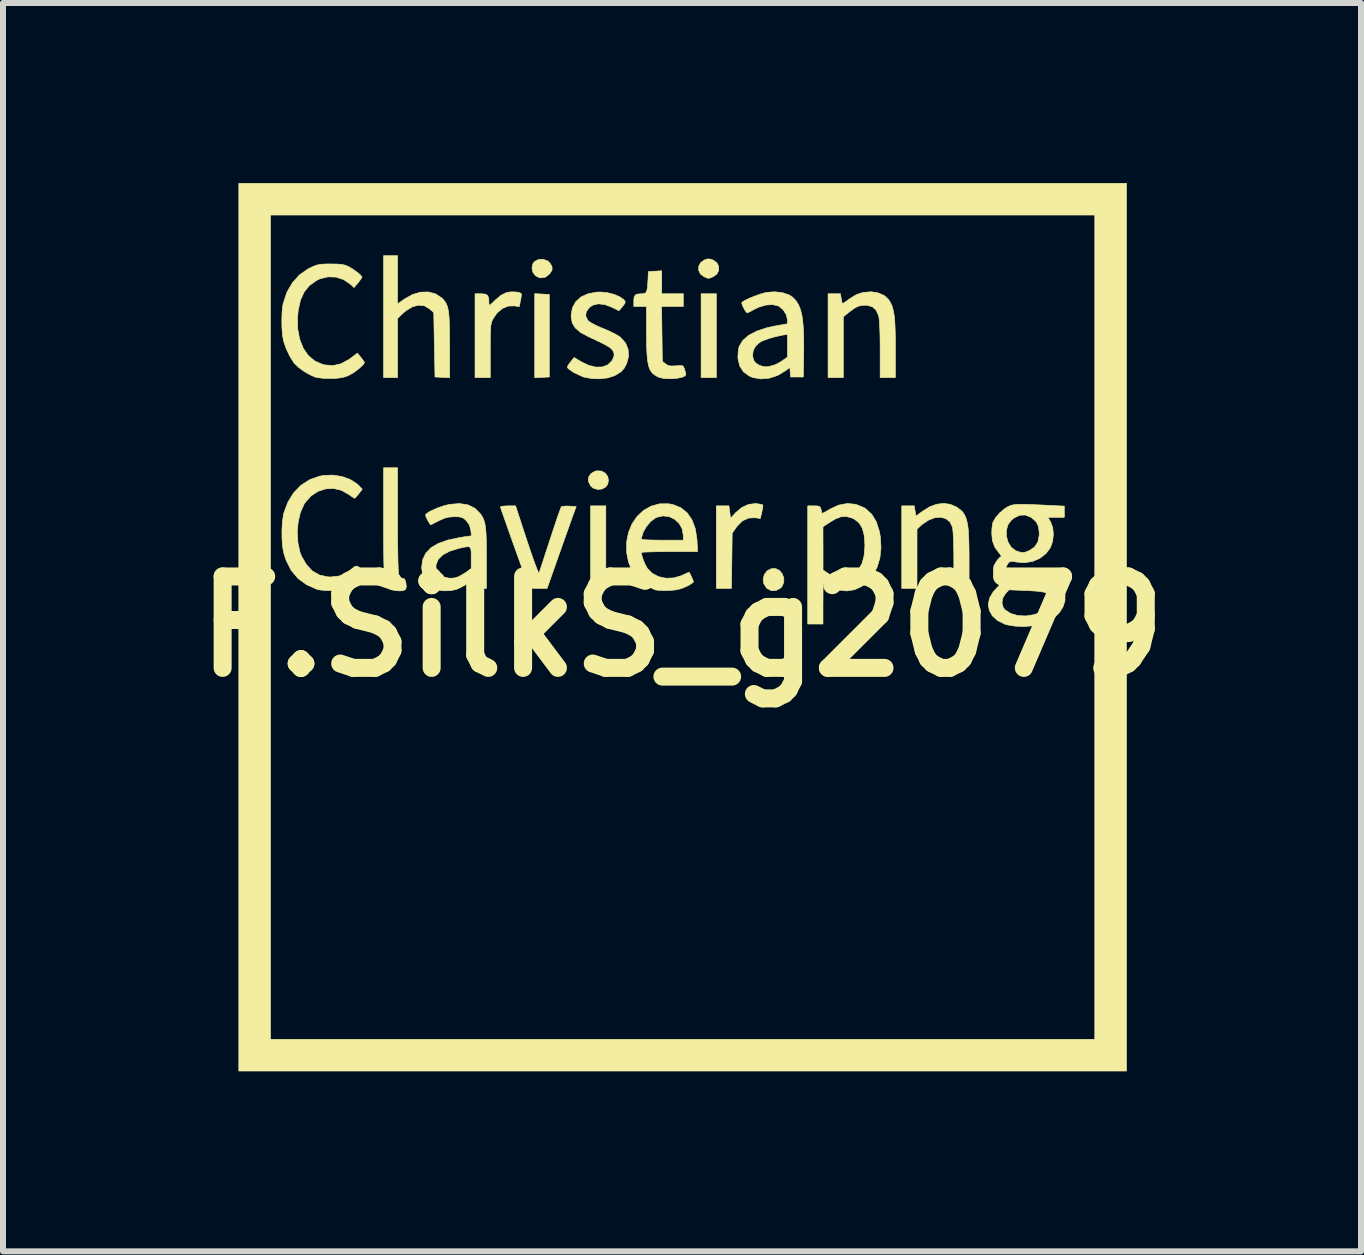
<source format=kicad_pcb>
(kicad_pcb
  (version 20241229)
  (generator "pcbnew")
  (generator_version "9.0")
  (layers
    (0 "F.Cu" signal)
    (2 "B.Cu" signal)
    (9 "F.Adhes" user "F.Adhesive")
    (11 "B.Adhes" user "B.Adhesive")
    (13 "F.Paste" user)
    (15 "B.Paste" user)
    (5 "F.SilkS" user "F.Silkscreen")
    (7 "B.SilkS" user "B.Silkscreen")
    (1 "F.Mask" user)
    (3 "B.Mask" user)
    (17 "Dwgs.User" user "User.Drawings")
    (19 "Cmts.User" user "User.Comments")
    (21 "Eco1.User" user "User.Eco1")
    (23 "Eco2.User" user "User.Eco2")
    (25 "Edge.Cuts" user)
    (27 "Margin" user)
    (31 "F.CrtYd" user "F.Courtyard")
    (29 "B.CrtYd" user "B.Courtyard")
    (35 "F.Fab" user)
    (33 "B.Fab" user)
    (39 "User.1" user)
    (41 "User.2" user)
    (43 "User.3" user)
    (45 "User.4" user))
  (footprint "F.SilkS_g2079"
    (layer "F.Cu")
    (at 8.317 7.392)
    (property "Reference" "F.SilkS_g2079" (at 0 0 0) (layer "F.SilkS") (effects (font (size 1.524 1.524) (thickness 0.3))))
    (attr through_hole)
    (fp_poly (pts (xy -1.27 -0.635) (xy -1.524 -0.635) (xy -1.524 -2.011) (xy -1.27 -2.011) (xy -1.27 -0.635)) (stroke (width 0.01) (type solid)) (fill yes) (layer "F.SilkS"))
    (fp_poly (pts (xy 0.572 -4.149) (xy 0.318 -4.149) (xy 0.318 -5.546) (xy 0.572 -5.546) (xy 0.572 -4.149)) (stroke (width 0.01) (type solid)) (fill yes) (layer "F.SilkS"))
    (fp_poly (pts (xy -2.334 -5.541) (xy -2.212 -5.535) (xy -2.212 -4.159) (xy -2.334 -4.153) (xy -2.455 -4.147) (xy -2.455 -5.548) (xy -2.334 -5.541)) (stroke (width 0.01) (type solid)) (fill yes) (layer "F.SilkS"))
    (fp_poly (pts (xy 7.408 7.408) (xy -7.387 7.408) (xy -7.387 -6.858) (xy -6.858 -6.858) (xy -6.858 6.879) (xy 6.879 6.879) (xy 6.879 -6.858) (xy -6.858 -6.858) (xy -7.387 -6.858) (xy -7.387 -7.387) (xy 7.408 -7.387) (xy 7.408 7.408)) (stroke (width 0.01) (type solid)) (fill yes) (layer "F.SilkS"))
    (fp_poly (pts (xy -1.341 -2.591) (xy -1.28 -2.556) (xy -1.239 -2.501) (xy -1.225 -2.434) (xy -1.241 -2.367) (xy -1.27 -2.328) (xy -1.333 -2.292) (xy -1.409 -2.285) (xy -1.481 -2.307) (xy -1.522 -2.342) (xy -1.559 -2.416) (xy -1.558 -2.487) (xy -1.521 -2.547) (xy -1.453 -2.587) (xy -1.418 -2.595) (xy -1.341 -2.591)) (stroke (width 0.01) (type solid)) (fill yes) (layer "F.SilkS"))
    (fp_poly (pts (xy -2.242 -6.095) (xy -2.207 -6.065) (xy -2.167 -6) (xy -2.166 -5.94) (xy -2.206 -5.877) (xy -2.207 -5.877) (xy -2.277 -5.823) (xy -2.356 -5.811) (xy -2.381 -5.815) (xy -2.445 -5.849) (xy -2.486 -5.906) (xy -2.501 -5.976) (xy -2.487 -6.043) (xy -2.457 -6.084) (xy -2.391 -6.117) (xy -2.314 -6.12) (xy -2.242 -6.095)) (stroke (width 0.01) (type solid)) (fill yes) (layer "F.SilkS"))
    (fp_poly (pts (xy 1.625 -0.933) (xy 1.67 -0.878) (xy 1.696 -0.809) (xy 1.696 -0.736) (xy 1.667 -0.669) (xy 1.641 -0.64) (xy 1.566 -0.6) (xy 1.488 -0.598) (xy 1.416 -0.635) (xy 1.407 -0.645) (xy 1.363 -0.714) (xy 1.352 -0.793) (xy 1.372 -0.868) (xy 1.42 -0.929) (xy 1.489 -0.964) (xy 1.563 -0.965) (xy 1.625 -0.933)) (stroke (width 0.01) (type solid)) (fill yes) (layer "F.SilkS"))
    (fp_poly (pts (xy 0.474 -6.124) (xy 0.518 -6.108) (xy 0.58 -6.063) (xy 0.611 -6.002) (xy 0.611 -5.934) (xy 0.579 -5.873) (xy 0.519 -5.83) (xy 0.47 -5.81) (xy 0.441 -5.803) (xy 0.411 -5.811) (xy 0.366 -5.831) (xy 0.306 -5.876) (xy 0.277 -5.938) (xy 0.279 -6.005) (xy 0.312 -6.067) (xy 0.371 -6.108) (xy 0.428 -6.127) (xy 0.474 -6.124)) (stroke (width 0.01) (type solid)) (fill yes) (layer "F.SilkS"))
    (fp_poly (pts (xy 1.25 -2.047) (xy 1.307 -2.038) (xy 1.342 -2.029) (xy 1.346 -2.026) (xy 1.347 -2.002) (xy 1.339 -1.951) (xy 1.33 -1.909) (xy 1.305 -1.801) (xy 1.217 -1.813) (xy 1.108 -1.808) (xy 1.008 -1.762) (xy 0.921 -1.676) (xy 0.904 -1.653) (xy 0.836 -1.556) (xy 0.83 -1.095) (xy 0.823 -0.635) (xy 0.572 -0.635) (xy 0.572 -2.011) (xy 0.782 -2.011) (xy 0.795 -1.908) (xy 0.809 -1.805) (xy 0.893 -1.896) (xy 0.995 -1.983) (xy 1.108 -2.035) (xy 1.223 -2.05) (xy 1.25 -2.047)) (stroke (width 0.01) (type solid)) (fill yes) (layer "F.SilkS"))
    (fp_poly (pts (xy -4.741 -1.779) (xy -4.741 -1.569) (xy -4.739 -1.378) (xy -4.737 -1.212) (xy -4.734 -1.073) (xy -4.73 -0.965) (xy -4.726 -0.892) (xy -4.721 -0.859) (xy -4.689 -0.815) (xy -4.658 -0.804) (xy -4.626 -0.792) (xy -4.606 -0.748) (xy -4.602 -0.73) (xy -4.595 -0.657) (xy -4.61 -0.615) (xy -4.654 -0.597) (xy -4.714 -0.594) (xy -4.788 -0.6) (xy -4.854 -0.617) (xy -4.871 -0.625) (xy -4.918 -0.667) (xy -4.951 -0.722) (xy -4.957 -0.763) (xy -4.963 -0.845) (xy -4.967 -0.967) (xy -4.971 -1.13) (xy -4.973 -1.335) (xy -4.974 -1.582) (xy -4.974 -1.718) (xy -4.974 -2.646) (xy -4.741 -2.646) (xy -4.741 -1.779)) (stroke (width 0.01) (type solid)) (fill yes) (layer "F.SilkS"))
    (fp_poly (pts (xy -4.741 -5.378) (xy -4.623 -5.46) (xy -4.491 -5.534) (xy -4.357 -5.573) (xy -4.227 -5.576) (xy -4.109 -5.545) (xy -4.007 -5.478) (xy -3.985 -5.457) (xy -3.953 -5.419) (xy -3.928 -5.377) (xy -3.908 -5.325) (xy -3.894 -5.26) (xy -3.884 -5.174) (xy -3.878 -5.064) (xy -3.875 -4.924) (xy -3.874 -4.748) (xy -3.873 -4.685) (xy -3.873 -4.147) (xy -3.995 -4.153) (xy -4.117 -4.159) (xy -4.128 -4.695) (xy -4.138 -5.232) (xy -4.207 -5.293) (xy -4.293 -5.345) (xy -4.39 -5.356) (xy -4.494 -5.329) (xy -4.602 -5.263) (xy -4.662 -5.211) (xy -4.741 -5.135) (xy -4.741 -4.149) (xy -4.974 -4.149) (xy -4.974 -6.181) (xy -4.741 -6.181) (xy -4.741 -5.378)) (stroke (width 0.01) (type solid)) (fill yes) (layer "F.SilkS"))
    (fp_poly (pts (xy -2.721 -5.569) (xy -2.683 -5.552) (xy -2.679 -5.548) (xy -2.678 -5.521) (xy -2.685 -5.467) (xy -2.692 -5.432) (xy -2.713 -5.331) (xy -2.792 -5.344) (xy -2.896 -5.341) (xy -2.996 -5.3) (xy -3.085 -5.223) (xy -3.156 -5.118) (xy -3.169 -5.087) (xy -3.18 -5.052) (xy -3.187 -5.006) (xy -3.192 -4.942) (xy -3.195 -4.855) (xy -3.196 -4.737) (xy -3.196 -4.594) (xy -3.196 -4.149) (xy -3.45 -4.149) (xy -3.45 -5.546) (xy -3.347 -5.546) (xy -3.28 -5.54) (xy -3.241 -5.519) (xy -3.222 -5.473) (xy -3.218 -5.394) (xy -3.218 -5.393) (xy -3.216 -5.365) (xy -3.207 -5.356) (xy -3.185 -5.371) (xy -3.142 -5.411) (xy -3.114 -5.439) (xy -3.017 -5.521) (xy -2.928 -5.565) (xy -2.923 -5.566) (xy -2.856 -5.577) (xy -2.784 -5.577) (xy -2.721 -5.569)) (stroke (width 0.01) (type solid)) (fill yes) (layer "F.SilkS"))
    (fp_poly (pts (xy 4.469 -2.037) (xy 4.573 -1.993) (xy 4.659 -1.929) (xy 4.692 -1.888) (xy 4.72 -1.839) (xy 4.741 -1.782) (xy 4.758 -1.71) (xy 4.77 -1.619) (xy 4.777 -1.504) (xy 4.782 -1.358) (xy 4.784 -1.177) (xy 4.784 -1.121) (xy 4.784 -0.635) (xy 4.53 -0.635) (xy 4.53 -1.106) (xy 4.529 -1.248) (xy 4.526 -1.38) (xy 4.522 -1.495) (xy 4.516 -1.585) (xy 4.51 -1.643) (xy 4.508 -1.655) (xy 4.466 -1.741) (xy 4.4 -1.796) (xy 4.316 -1.821) (xy 4.219 -1.815) (xy 4.115 -1.777) (xy 4.01 -1.708) (xy 3.974 -1.677) (xy 3.916 -1.622) (xy 3.916 -0.635) (xy 3.662 -0.635) (xy 3.662 -2.011) (xy 3.87 -2.011) (xy 3.884 -1.926) (xy 3.899 -1.841) (xy 4.004 -1.918) (xy 4.127 -1.995) (xy 4.242 -2.038) (xy 4.361 -2.052) (xy 4.469 -2.037)) (stroke (width 0.01) (type solid)) (fill yes) (layer "F.SilkS"))
    (fp_poly (pts (xy 3.272 -5.56) (xy 3.372 -5.515) (xy 3.438 -5.455) (xy 3.473 -5.402) (xy 3.5 -5.342) (xy 3.521 -5.269) (xy 3.537 -5.178) (xy 3.547 -5.064) (xy 3.553 -4.921) (xy 3.556 -4.744) (xy 3.556 -4.642) (xy 3.556 -4.149) (xy 3.302 -4.149) (xy 3.302 -4.62) (xy 3.301 -4.772) (xy 3.298 -4.91) (xy 3.293 -5.026) (xy 3.287 -5.114) (xy 3.28 -5.168) (xy 3.279 -5.173) (xy 3.237 -5.268) (xy 3.175 -5.328) (xy 3.088 -5.354) (xy 3.058 -5.355) (xy 2.987 -5.351) (xy 2.927 -5.335) (xy 2.865 -5.3) (xy 2.788 -5.243) (xy 2.778 -5.235) (xy 2.688 -5.162) (xy 2.688 -4.149) (xy 2.434 -4.149) (xy 2.434 -5.546) (xy 2.64 -5.546) (xy 2.654 -5.459) (xy 2.664 -5.405) (xy 2.676 -5.386) (xy 2.699 -5.394) (xy 2.715 -5.406) (xy 2.807 -5.471) (xy 2.877 -5.515) (xy 2.936 -5.543) (xy 2.995 -5.561) (xy 3.03 -5.569) (xy 3.155 -5.579) (xy 3.272 -5.56)) (stroke (width 0.01) (type solid)) (fill yes) (layer "F.SilkS"))
    (fp_poly (pts (xy -0.339 -5.546) (xy 0.021 -5.546) (xy 0.021 -5.334) (xy -0.341 -5.334) (xy -0.328 -4.42) (xy -0.275 -4.377) (xy -0.235 -4.352) (xy -0.188 -4.342) (xy -0.118 -4.344) (xy -0.102 -4.345) (xy -0.034 -4.35) (xy 0.005 -4.347) (xy 0.025 -4.33) (xy 0.04 -4.295) (xy 0.041 -4.292) (xy 0.057 -4.238) (xy 0.064 -4.199) (xy 0.044 -4.173) (xy -0.007 -4.152) (xy -0.081 -4.138) (xy -0.167 -4.13) (xy -0.255 -4.131) (xy -0.335 -4.14) (xy -0.392 -4.157) (xy -0.449 -4.187) (xy -0.495 -4.224) (xy -0.53 -4.273) (xy -0.555 -4.338) (xy -0.573 -4.425) (xy -0.584 -4.539) (xy -0.59 -4.685) (xy -0.592 -4.868) (xy -0.592 -4.884) (xy -0.593 -5.334) (xy -0.804 -5.334) (xy -0.804 -5.427) (xy -0.799 -5.491) (xy -0.777 -5.527) (xy -0.729 -5.543) (xy -0.666 -5.546) (xy -0.628 -5.549) (xy -0.603 -5.565) (xy -0.586 -5.599) (xy -0.575 -5.658) (xy -0.569 -5.751) (xy -0.566 -5.8) (xy -0.561 -5.916) (xy -0.45 -5.922) (xy -0.339 -5.929) (xy -0.339 -5.546)) (stroke (width 0.01) (type solid)) (fill yes) (layer "F.SilkS"))
    (fp_poly (pts (xy -2.585 -1.434) (xy -2.536 -1.288) (xy -2.492 -1.158) (xy -2.452 -1.048) (xy -2.42 -0.964) (xy -2.397 -0.909) (xy -2.385 -0.888) (xy -2.384 -0.889) (xy -2.374 -0.917) (xy -2.353 -0.98) (xy -2.323 -1.071) (xy -2.286 -1.186) (xy -2.243 -1.318) (xy -2.2 -1.45) (xy -2.153 -1.592) (xy -2.11 -1.722) (xy -2.073 -1.832) (xy -2.042 -1.918) (xy -2.021 -1.975) (xy -2.012 -1.996) (xy -1.983 -2.004) (xy -1.927 -2.008) (xy -1.88 -2.007) (xy -1.764 -2) (xy -1.852 -1.757) (xy -1.886 -1.66) (xy -1.931 -1.534) (xy -1.983 -1.39) (xy -2.036 -1.238) (xy -2.089 -1.089) (xy -2.094 -1.074) (xy -2.249 -0.635) (xy -2.395 -0.635) (xy -2.472 -0.636) (xy -2.518 -0.642) (xy -2.543 -0.655) (xy -2.559 -0.681) (xy -2.563 -0.693) (xy -2.586 -0.755) (xy -2.619 -0.844) (xy -2.659 -0.955) (xy -2.705 -1.081) (xy -2.754 -1.218) (xy -2.805 -1.36) (xy -2.855 -1.5) (xy -2.902 -1.633) (xy -2.944 -1.753) (xy -2.98 -1.855) (xy -3.007 -1.933) (xy -3.023 -1.981) (xy -3.027 -1.993) (xy -3.008 -2.003) (xy -2.958 -2.009) (xy -2.901 -2.011) (xy -2.774 -2.011) (xy -2.585 -1.434)) (stroke (width 0.01) (type solid)) (fill yes) (layer "F.SilkS"))
    (fp_poly (pts (xy -5.666 -2.5) (xy -5.527 -2.449) (xy -5.413 -2.374) (xy -5.385 -2.348) (xy -5.329 -2.289) (xy -5.387 -2.214) (xy -5.425 -2.168) (xy -5.452 -2.141) (xy -5.458 -2.138) (xy -5.481 -2.151) (xy -5.526 -2.181) (xy -5.555 -2.202) (xy -5.678 -2.271) (xy -5.808 -2.301) (xy -5.941 -2.294) (xy -6.067 -2.253) (xy -6.182 -2.177) (xy -6.279 -2.069) (xy -6.3 -2.037) (xy -6.361 -1.9) (xy -6.398 -1.74) (xy -6.413 -1.568) (xy -6.402 -1.398) (xy -6.368 -1.241) (xy -6.341 -1.171) (xy -6.258 -1.029) (xy -6.159 -0.924) (xy -6.041 -0.858) (xy -5.904 -0.828) (xy -5.857 -0.826) (xy -5.715 -0.842) (xy -5.594 -0.892) (xy -5.508 -0.958) (xy -5.457 -0.999) (xy -5.416 -1.008) (xy -5.374 -0.982) (xy -5.326 -0.924) (xy -5.283 -0.868) (xy -5.356 -0.793) (xy -5.479 -0.695) (xy -5.624 -0.631) (xy -5.793 -0.601) (xy -5.829 -0.599) (xy -5.941 -0.6) (xy -6.036 -0.61) (xy -6.085 -0.621) (xy -6.259 -0.698) (xy -6.401 -0.802) (xy -6.514 -0.937) (xy -6.598 -1.103) (xy -6.637 -1.222) (xy -6.657 -1.331) (xy -6.667 -1.466) (xy -6.668 -1.611) (xy -6.66 -1.75) (xy -6.642 -1.867) (xy -6.637 -1.89) (xy -6.569 -2.072) (xy -6.473 -2.228) (xy -6.351 -2.354) (xy -6.206 -2.448) (xy -6.041 -2.506) (xy -5.977 -2.518) (xy -5.819 -2.524) (xy -5.666 -2.5)) (stroke (width 0.01) (type solid)) (fill yes) (layer "F.SilkS"))
    (fp_poly (pts (xy 2.898 -2.036) (xy 3.033 -1.981) (xy 3.063 -1.962) (xy 3.162 -1.871) (xy 3.237 -1.747) (xy 3.288 -1.588) (xy 3.305 -1.496) (xy 3.316 -1.314) (xy 3.298 -1.145) (xy 3.253 -0.993) (xy 3.186 -0.861) (xy 3.098 -0.751) (xy 2.993 -0.668) (xy 2.875 -0.614) (xy 2.747 -0.593) (xy 2.611 -0.608) (xy 2.485 -0.656) (xy 2.421 -0.688) (xy 2.374 -0.711) (xy 2.355 -0.719) (xy 2.353 -0.7) (xy 2.351 -0.644) (xy 2.35 -0.561) (xy 2.35 -0.457) (xy 2.349 -0.381) (xy 2.349 -0.042) (xy 2.095 -0.042) (xy 2.095 -1.663) (xy 2.349 -1.663) (xy 2.35 -1.303) (xy 2.35 -0.942) (xy 2.422 -0.893) (xy 2.485 -0.856) (xy 2.546 -0.828) (xy 2.554 -0.825) (xy 2.64 -0.812) (xy 2.734 -0.818) (xy 2.819 -0.842) (xy 2.855 -0.862) (xy 2.941 -0.947) (xy 3.001 -1.054) (xy 3.036 -1.188) (xy 3.048 -1.353) (xy 3.048 -1.357) (xy 3.038 -1.512) (xy 3.007 -1.634) (xy 2.953 -1.725) (xy 2.875 -1.788) (xy 2.826 -1.811) (xy 2.737 -1.834) (xy 2.653 -1.83) (xy 2.561 -1.796) (xy 2.468 -1.741) (xy 2.349 -1.663) (xy 2.095 -1.663) (xy 2.095 -2.011) (xy 2.2 -2.011) (xy 2.262 -2.009) (xy 2.295 -1.999) (xy 2.311 -1.973) (xy 2.318 -1.947) (xy 2.329 -1.903) (xy 2.338 -1.884) (xy 2.338 -1.884) (xy 2.358 -1.894) (xy 2.404 -1.92) (xy 2.466 -1.957) (xy 2.612 -2.024) (xy 2.757 -2.051) (xy 2.898 -2.036)) (stroke (width 0.01) (type solid)) (fill yes) (layer "F.SilkS"))
    (fp_poly (pts (xy -1.244 -5.564) (xy -1.134 -5.536) (xy -1.038 -5.495) (xy -0.969 -5.446) (xy -0.965 -5.442) (xy -0.947 -5.416) (xy -0.951 -5.39) (xy -0.979 -5.35) (xy -0.992 -5.334) (xy -1.051 -5.263) (xy -1.165 -5.32) (xy -1.289 -5.367) (xy -1.399 -5.378) (xy -1.492 -5.354) (xy -1.547 -5.314) (xy -1.597 -5.243) (xy -1.605 -5.173) (xy -1.572 -5.106) (xy -1.561 -5.093) (xy -1.521 -5.065) (xy -1.452 -5.028) (xy -1.366 -4.988) (xy -1.307 -4.964) (xy -1.211 -4.923) (xy -1.122 -4.879) (xy -1.051 -4.838) (xy -1.025 -4.819) (xy -0.942 -4.726) (xy -0.898 -4.617) (xy -0.892 -4.498) (xy -0.922 -4.387) (xy -0.964 -4.305) (xy -1.018 -4.246) (xy -1.096 -4.196) (xy -1.132 -4.178) (xy -1.239 -4.144) (xy -1.368 -4.129) (xy -1.502 -4.132) (xy -1.625 -4.155) (xy -1.65 -4.162) (xy -1.802 -4.232) (xy -1.889 -4.293) (xy -1.909 -4.314) (xy -1.908 -4.337) (xy -1.885 -4.374) (xy -1.862 -4.404) (xy -1.798 -4.484) (xy -1.68 -4.412) (xy -1.556 -4.353) (xy -1.438 -4.324) (xy -1.331 -4.326) (xy -1.242 -4.358) (xy -1.175 -4.42) (xy -1.157 -4.45) (xy -1.134 -4.506) (xy -1.132 -4.547) (xy -1.147 -4.587) (xy -1.163 -4.613) (xy -1.188 -4.638) (xy -1.227 -4.666) (xy -1.287 -4.7) (xy -1.372 -4.743) (xy -1.487 -4.797) (xy -1.572 -4.837) (xy -1.695 -4.904) (xy -1.779 -4.977) (xy -1.829 -5.059) (xy -1.848 -5.157) (xy -1.848 -5.184) (xy -1.828 -5.309) (xy -1.772 -5.412) (xy -1.685 -5.492) (xy -1.567 -5.546) (xy -1.423 -5.573) (xy -1.355 -5.575) (xy -1.244 -5.564)) (stroke (width 0.01) (type solid)) (fill yes) (layer "F.SilkS"))
    (fp_poly (pts (xy -5.748 -6.041) (xy -5.673 -6.035) (xy -5.617 -6.023) (xy -5.567 -6.003) (xy -5.554 -5.996) (xy -5.489 -5.958) (xy -5.425 -5.913) (xy -5.372 -5.87) (xy -5.339 -5.836) (xy -5.334 -5.824) (xy -5.346 -5.8) (xy -5.378 -5.757) (xy -5.4 -5.729) (xy -5.466 -5.649) (xy -5.522 -5.701) (xy -5.637 -5.781) (xy -5.766 -5.824) (xy -5.902 -5.828) (xy -6.038 -5.794) (xy -6.091 -5.768) (xy -6.208 -5.685) (xy -6.298 -5.576) (xy -6.36 -5.438) (xy -6.397 -5.269) (xy -6.408 -5.154) (xy -6.405 -4.958) (xy -6.372 -4.785) (xy -6.312 -4.636) (xy -6.227 -4.514) (xy -6.118 -4.424) (xy -5.986 -4.367) (xy -5.96 -4.361) (xy -5.82 -4.349) (xy -5.684 -4.379) (xy -5.551 -4.451) (xy -5.526 -4.469) (xy -5.411 -4.556) (xy -5.352 -4.485) (xy -5.316 -4.438) (xy -5.295 -4.406) (xy -5.292 -4.4) (xy -5.308 -4.372) (xy -5.35 -4.329) (xy -5.408 -4.28) (xy -5.474 -4.232) (xy -5.535 -4.196) (xy -5.599 -4.167) (xy -5.665 -4.149) (xy -5.746 -4.139) (xy -5.831 -4.134) (xy -5.974 -4.136) (xy -6.084 -4.15) (xy -6.115 -4.158) (xy -6.204 -4.197) (xy -6.3 -4.253) (xy -6.389 -4.318) (xy -6.457 -4.382) (xy -6.47 -4.398) (xy -6.535 -4.502) (xy -6.595 -4.626) (xy -6.638 -4.748) (xy -6.645 -4.773) (xy -6.659 -4.864) (xy -6.668 -4.981) (xy -6.67 -5.11) (xy -6.666 -5.236) (xy -6.655 -5.343) (xy -6.647 -5.384) (xy -6.586 -5.569) (xy -6.494 -5.729) (xy -6.374 -5.862) (xy -6.228 -5.963) (xy -6.206 -5.974) (xy -6.137 -6.006) (xy -6.081 -6.026) (xy -6.022 -6.037) (xy -5.949 -6.042) (xy -5.853 -6.043) (xy -5.748 -6.041)) (stroke (width 0.01) (type solid)) (fill yes) (layer "F.SilkS"))
    (fp_poly (pts (xy -0.151 -2.033) (xy -0.022 -1.981) (xy 0.084 -1.896) (xy 0.166 -1.778) (xy 0.221 -1.631) (xy 0.248 -1.456) (xy 0.25 -1.434) (xy 0.259 -1.249) (xy -0.209 -1.249) (xy -0.345 -1.248) (xy -0.465 -1.246) (xy -0.564 -1.243) (xy -0.635 -1.24) (xy -0.673 -1.235) (xy -0.677 -1.233) (xy -0.667 -1.174) (xy -0.641 -1.097) (xy -0.607 -1.02) (xy -0.578 -0.969) (xy -0.498 -0.887) (xy -0.392 -0.832) (xy -0.271 -0.805) (xy -0.142 -0.81) (xy -0.014 -0.846) (xy 0.01 -0.857) (xy 0.068 -0.884) (xy 0.107 -0.901) (xy 0.118 -0.904) (xy 0.136 -0.874) (xy 0.159 -0.826) (xy 0.18 -0.778) (xy 0.19 -0.746) (xy 0.191 -0.744) (xy 0.173 -0.726) (xy 0.127 -0.696) (xy 0.069 -0.666) (xy -0.016 -0.631) (xy -0.101 -0.611) (xy -0.206 -0.601) (xy -0.222 -0.601) (xy -0.31 -0.6) (xy -0.387 -0.603) (xy -0.439 -0.61) (xy -0.445 -0.611) (xy -0.601 -0.683) (xy -0.729 -0.786) (xy -0.826 -0.917) (xy -0.892 -1.073) (xy -0.922 -1.228) (xy -0.923 -1.405) (xy -0.914 -1.455) (xy -0.677 -1.455) (xy -0.657 -1.45) (xy -0.602 -1.445) (xy -0.518 -1.442) (xy -0.413 -1.44) (xy -0.328 -1.439) (xy 0.021 -1.439) (xy 0.021 -1.519) (xy 0.003 -1.627) (xy -0.048 -1.718) (xy -0.123 -1.788) (xy -0.216 -1.832) (xy -0.317 -1.844) (xy -0.42 -1.821) (xy -0.442 -1.811) (xy -0.52 -1.753) (xy -0.591 -1.671) (xy -0.645 -1.578) (xy -0.674 -1.487) (xy -0.677 -1.455) (xy -0.914 -1.455) (xy -0.892 -1.568) (xy -0.832 -1.714) (xy -0.746 -1.838) (xy -0.639 -1.937) (xy -0.514 -2.007) (xy -0.375 -2.045) (xy -0.225 -2.046) (xy -0.151 -2.033)) (stroke (width 0.01) (type solid)) (fill yes) (layer "F.SilkS"))
    (fp_poly (pts (xy 1.674 -5.564) (xy 1.784 -5.527) (xy 1.843 -5.489) (xy 1.898 -5.432) (xy 1.943 -5.361) (xy 1.977 -5.274) (xy 2.002 -5.164) (xy 2.018 -5.027) (xy 2.027 -4.86) (xy 2.029 -4.657) (xy 2.028 -4.551) (xy 2.021 -4.159) (xy 1.81 -4.159) (xy 1.803 -4.239) (xy 1.797 -4.318) (xy 1.728 -4.266) (xy 1.595 -4.186) (xy 1.453 -4.139) (xy 1.312 -4.127) (xy 1.178 -4.151) (xy 1.121 -4.175) (xy 1.025 -4.245) (xy 0.962 -4.342) (xy 0.933 -4.461) (xy 0.932 -4.502) (xy 0.933 -4.518) (xy 1.175 -4.518) (xy 1.192 -4.441) (xy 1.228 -4.392) (xy 1.283 -4.357) (xy 1.352 -4.333) (xy 1.412 -4.328) (xy 1.418 -4.329) (xy 1.462 -4.338) (xy 1.511 -4.349) (xy 1.565 -4.369) (xy 1.632 -4.405) (xy 1.665 -4.426) (xy 1.757 -4.489) (xy 1.757 -4.87) (xy 1.677 -4.857) (xy 1.556 -4.831) (xy 1.439 -4.798) (xy 1.341 -4.761) (xy 1.294 -4.736) (xy 1.228 -4.676) (xy 1.187 -4.6) (xy 1.175 -4.518) (xy 0.933 -4.518) (xy 0.936 -4.579) (xy 0.947 -4.648) (xy 0.954 -4.671) (xy 1.013 -4.768) (xy 1.11 -4.853) (xy 1.244 -4.923) (xy 1.412 -4.979) (xy 1.548 -5.009) (xy 1.757 -5.045) (xy 1.757 -5.11) (xy 1.737 -5.198) (xy 1.686 -5.279) (xy 1.613 -5.339) (xy 1.593 -5.348) (xy 1.502 -5.366) (xy 1.391 -5.357) (xy 1.275 -5.321) (xy 1.194 -5.281) (xy 1.138 -5.25) (xy 1.096 -5.231) (xy 1.085 -5.228) (xy 1.066 -5.245) (xy 1.04 -5.286) (xy 1.014 -5.337) (xy 0.997 -5.38) (xy 0.995 -5.395) (xy 1.013 -5.415) (xy 1.063 -5.443) (xy 1.134 -5.476) (xy 1.216 -5.509) (xy 1.301 -5.539) (xy 1.378 -5.562) (xy 1.414 -5.569) (xy 1.547 -5.579) (xy 1.674 -5.564)) (stroke (width 0.01) (type solid)) (fill yes) (layer "F.SilkS"))
    (fp_poly (pts (xy -3.566 -2.027) (xy -3.451 -1.97) (xy -3.359 -1.878) (xy -3.35 -1.865) (xy -3.323 -1.82) (xy -3.302 -1.773) (xy -3.286 -1.718) (xy -3.275 -1.648) (xy -3.267 -1.559) (xy -3.262 -1.443) (xy -3.26 -1.297) (xy -3.26 -1.138) (xy -3.26 -0.635) (xy -3.471 -0.635) (xy -3.471 -0.783) (xy -3.582 -0.712) (xy -3.656 -0.669) (xy -3.727 -0.633) (xy -3.766 -0.617) (xy -3.853 -0.6) (xy -3.957 -0.595) (xy -4.055 -0.605) (xy -4.087 -0.613) (xy -4.196 -0.666) (xy -4.276 -0.748) (xy -4.324 -0.857) (xy -4.339 -0.984) (xy -4.334 -1.026) (xy -4.101 -1.026) (xy -4.098 -0.945) (xy -4.06 -0.879) (xy -3.989 -0.831) (xy -3.891 -0.807) (xy -3.85 -0.805) (xy -3.782 -0.811) (xy -3.719 -0.833) (xy -3.642 -0.877) (xy -3.633 -0.883) (xy -3.514 -0.962) (xy -3.514 -1.148) (xy -3.514 -1.24) (xy -3.52 -1.297) (xy -3.539 -1.326) (xy -3.579 -1.331) (xy -3.648 -1.319) (xy -3.721 -1.302) (xy -3.874 -1.255) (xy -3.987 -1.195) (xy -4.059 -1.124) (xy -4.065 -1.116) (xy -4.101 -1.026) (xy -4.334 -1.026) (xy -4.323 -1.112) (xy -4.272 -1.22) (xy -4.186 -1.311) (xy -4.064 -1.384) (xy -3.904 -1.441) (xy -3.706 -1.483) (xy -3.678 -1.488) (xy -3.509 -1.512) (xy -3.52 -1.605) (xy -3.544 -1.694) (xy -3.596 -1.765) (xy -3.638 -1.802) (xy -3.677 -1.821) (xy -3.73 -1.829) (xy -3.795 -1.83) (xy -3.885 -1.824) (xy -3.963 -1.804) (xy -4.052 -1.764) (xy -4.059 -1.761) (xy -4.191 -1.693) (xy -4.233 -1.762) (xy -4.261 -1.814) (xy -4.275 -1.854) (xy -4.276 -1.858) (xy -4.257 -1.883) (xy -4.207 -1.916) (xy -4.134 -1.951) (xy -4.049 -1.986) (xy -3.961 -2.015) (xy -3.878 -2.035) (xy -3.869 -2.037) (xy -3.706 -2.049) (xy -3.566 -2.027)) (stroke (width 0.01) (type solid)) (fill yes) (layer "F.SilkS"))
    (fp_poly (pts (xy 5.76 -2.035) (xy 5.886 -2.03) (xy 6.047 -2.023) (xy 6.08 -2.021) (xy 6.371 -2.007) (xy 6.371 -1.82) (xy 6.097 -1.82) (xy 6.143 -1.743) (xy 6.178 -1.649) (xy 6.189 -1.536) (xy 6.176 -1.419) (xy 6.14 -1.316) (xy 6.066 -1.216) (xy 5.963 -1.137) (xy 5.841 -1.085) (xy 5.707 -1.064) (xy 5.581 -1.074) (xy 5.515 -1.086) (xy 5.476 -1.086) (xy 5.45 -1.071) (xy 5.435 -1.054) (xy 5.406 -1.004) (xy 5.397 -0.965) (xy 5.406 -0.913) (xy 5.434 -0.873) (xy 5.487 -0.844) (xy 5.567 -0.824) (xy 5.68 -0.812) (xy 5.83 -0.806) (xy 5.884 -0.805) (xy 6.003 -0.802) (xy 6.091 -0.793) (xy 6.157 -0.778) (xy 6.193 -0.764) (xy 6.29 -0.702) (xy 6.352 -0.622) (xy 6.383 -0.53) (xy 6.382 -0.431) (xy 6.351 -0.331) (xy 6.292 -0.236) (xy 6.207 -0.151) (xy 6.096 -0.082) (xy 6 -0.044) (xy 5.86 -0.013) (xy 5.706 -0.000455) (xy 5.553 -0.006) (xy 5.417 -0.029) (xy 5.38 -0.04) (xy 5.26 -0.099) (xy 5.173 -0.177) (xy 5.121 -0.269) (xy 5.104 -0.37) (xy 5.109 -0.392) (xy 5.332 -0.392) (xy 5.354 -0.316) (xy 5.385 -0.277) (xy 5.478 -0.217) (xy 5.596 -0.183) (xy 5.729 -0.176) (xy 5.868 -0.198) (xy 5.885 -0.203) (xy 5.985 -0.245) (xy 6.063 -0.301) (xy 6.115 -0.366) (xy 6.137 -0.433) (xy 6.127 -0.497) (xy 6.087 -0.546) (xy 6.059 -0.563) (xy 6.02 -0.575) (xy 5.962 -0.585) (xy 5.878 -0.592) (xy 5.761 -0.599) (xy 5.743 -0.599) (xy 5.45 -0.612) (xy 5.392 -0.549) (xy 5.345 -0.473) (xy 5.332 -0.392) (xy 5.109 -0.392) (xy 5.126 -0.475) (xy 5.187 -0.578) (xy 5.207 -0.601) (xy 5.29 -0.691) (xy 5.246 -0.735) (xy 5.208 -0.8) (xy 5.191 -0.887) (xy 5.188 -0.962) (xy 5.201 -1.018) (xy 5.236 -1.079) (xy 5.236 -1.08) (xy 5.274 -1.129) (xy 5.306 -1.16) (xy 5.317 -1.164) (xy 5.32 -1.177) (xy 5.299 -1.21) (xy 5.287 -1.222) (xy 5.214 -1.321) (xy 5.173 -1.43) (xy 5.162 -1.552) (xy 5.164 -1.603) (xy 5.406 -1.603) (xy 5.407 -1.504) (xy 5.433 -1.409) (xy 5.482 -1.327) (xy 5.553 -1.268) (xy 5.595 -1.251) (xy 5.654 -1.235) (xy 5.696 -1.233) (xy 5.74 -1.246) (xy 5.793 -1.269) (xy 5.877 -1.326) (xy 5.93 -1.408) (xy 5.953 -1.519) (xy 5.954 -1.56) (xy 5.941 -1.668) (xy 5.898 -1.751) (xy 5.822 -1.817) (xy 5.814 -1.821) (xy 5.72 -1.859) (xy 5.626 -1.854) (xy 5.532 -1.808) (xy 5.488 -1.772) (xy 5.432 -1.696) (xy 5.406 -1.603) (xy 5.164 -1.603) (xy 5.165 -1.633) (xy 5.174 -1.703) (xy 5.183 -1.739) (xy 5.227 -1.816) (xy 5.297 -1.896) (xy 5.379 -1.965) (xy 5.427 -1.995) (xy 5.461 -2.011) (xy 5.495 -2.023) (xy 5.537 -2.031) (xy 5.591 -2.036) (xy 5.663 -2.037) (xy 5.76 -2.035)) (stroke (width 0.01) (type solid)) (fill yes) (layer "F.SilkS")))
  (gr_rect
    (start -3 -3)
    (end 19.633 17.805)
    (stroke (width 0.1) (type default))
    (fill no)
    (layer "Edge.Cuts")))
</source>
